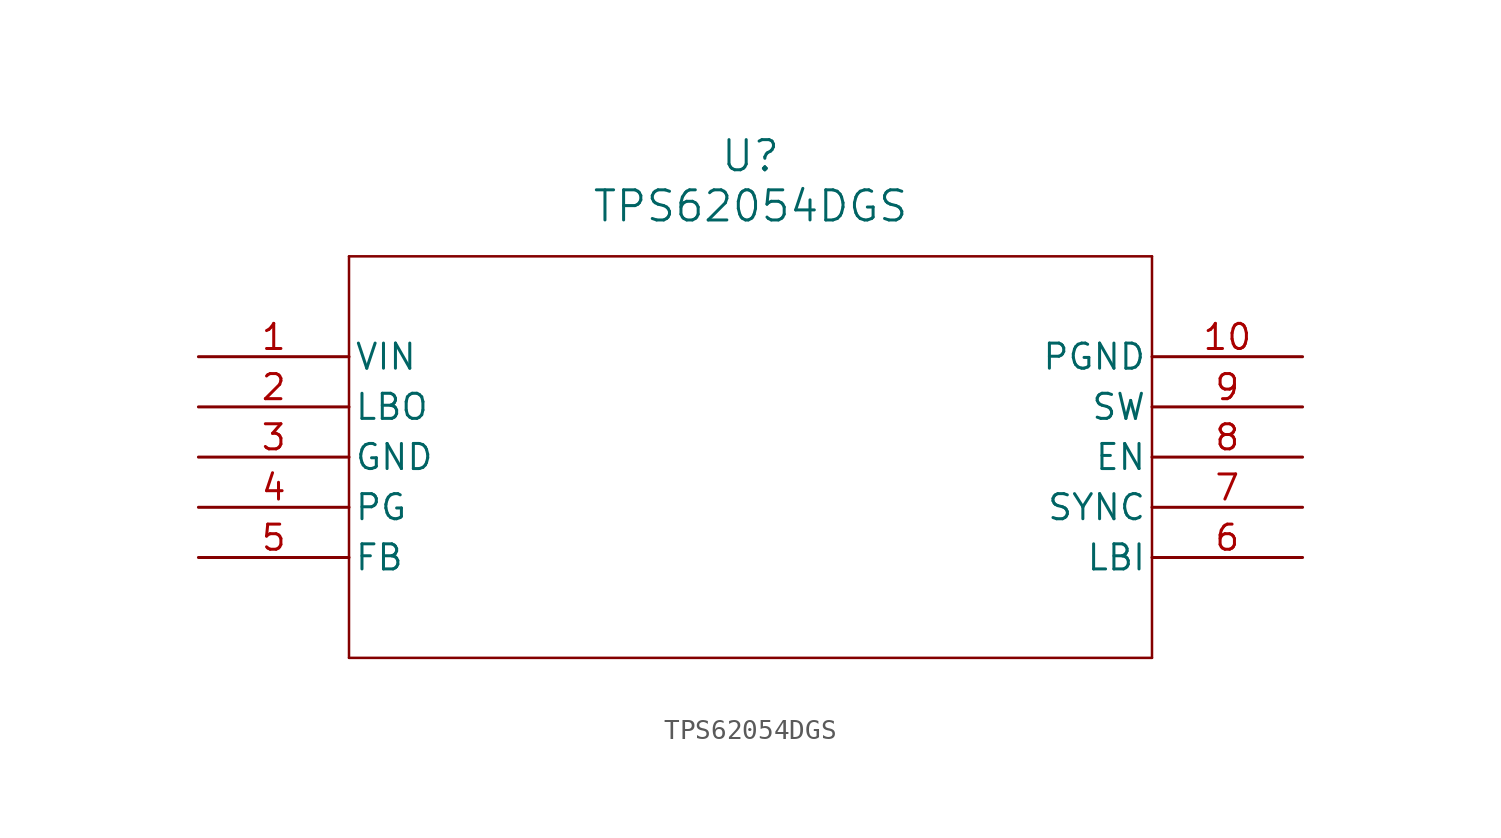
<source format=kicad_sym>
(kicad_symbol_lib
  (version 20211014)
  (generator kicad_symbol_editor)
  (symbol "TPS62054DGS"
    (pin_names
      (offset 0.254))
    (property "Reference" "U"
      (at 27.94 10.16 0)
      (effects (font (size 1.524 1.524))))
    (property "Value" "TPS62054DGS"
      (at 27.94 7.62 0)
      (effects (font (size 1.524 1.524))))
    (symbol "TPS62054DGS_0_1"
      (polyline (pts (xy 7.62 5.08) (xy 7.62 -15.24)) (stroke (width 0.127) (type default) (color 0 0 0 0)) (fill (type none)))
      (polyline (pts (xy 7.62 -15.24) (xy 48.26 -15.24)) (stroke (width 0.127) (type default) (color 0 0 0 0)) (fill (type none)))
      (polyline (pts (xy 48.26 -15.24) (xy 48.26 5.08)) (stroke (width 0.127) (type default) (color 0 0 0 0)) (fill (type none)))
      (polyline (pts (xy 48.26 5.08) (xy 7.62 5.08)) (stroke (width 0.127) (type default) (color 0 0 0 0)) (fill (type none)))
      (pin input line (at 0 0 0) (length 7.62) (name "VIN" (effects (font (size 1.27 1.27)))) (number "1" (effects (font (size 1.27 1.27)))))
      (pin output line (at 0 -2.54 0) (length 7.62) (name "LBO" (effects (font (size 1.27 1.27)))) (number "2" (effects (font (size 1.27 1.27)))))
      (pin input line (at 0 -5.08 0) (length 7.62) (name "GND" (effects (font (size 1.27 1.27)))) (number "3" (effects (font (size 1.27 1.27)))))
      (pin output line (at 0 -7.62 0) (length 7.62) (name "PG" (effects (font (size 1.27 1.27)))) (number "4" (effects (font (size 1.27 1.27)))))
      (pin input line (at 0 -10.16 0) (length 7.62) (name "FB" (effects (font (size 1.27 1.27)))) (number "5" (effects (font (size 1.27 1.27)))))
      (pin input line (at 55.88 -10.16 180) (length 7.62) (name "LBI" (effects (font (size 1.27 1.27)))) (number "6" (effects (font (size 1.27 1.27)))))
      (pin input line (at 55.88 -7.62 180) (length 7.62) (name "SYNC" (effects (font (size 1.27 1.27)))) (number "7" (effects (font (size 1.27 1.27)))))
      (pin input line (at 55.88 -5.08 180) (length 7.62) (name "EN" (effects (font (size 1.27 1.27)))) (number "8" (effects (font (size 1.27 1.27)))))
      (pin output line (at 55.88 -2.54 180) (length 7.62) (name "SW" (effects (font (size 1.27 1.27)))) (number "9" (effects (font (size 1.27 1.27)))))
      (pin input line (at 55.88 0 180) (length 7.62) (name "PGND" (effects (font (size 1.27 1.27)))) (number "10" (effects (font (size 1.27 1.27))))))))
</source>
